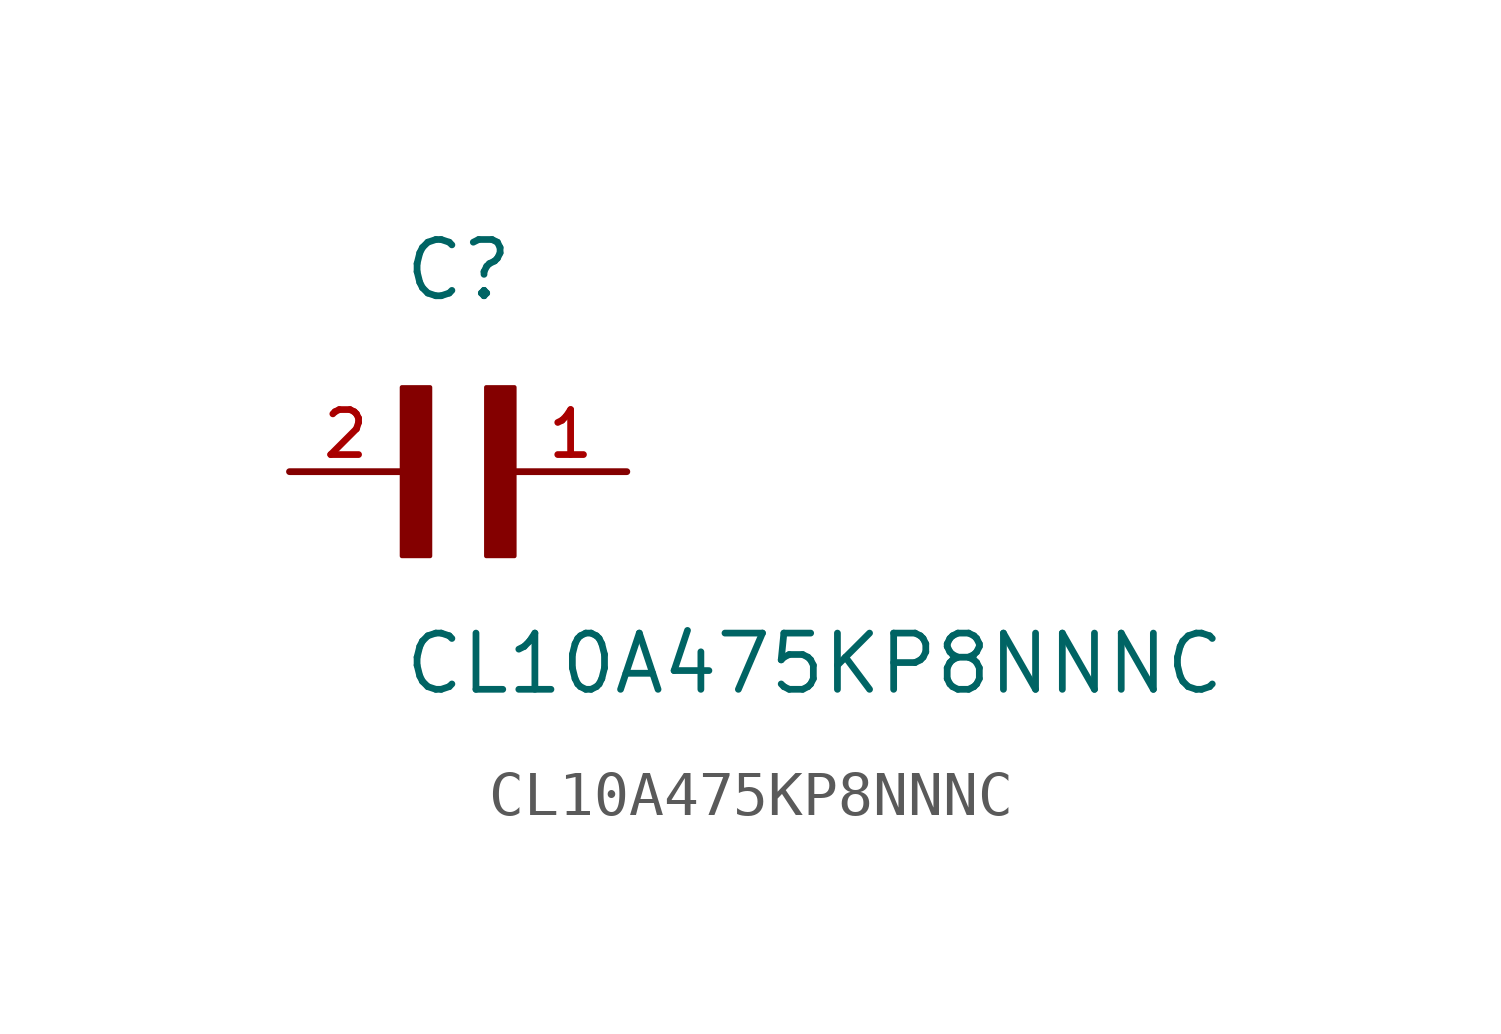
<source format=kicad_sym>
(kicad_symbol_lib
  (version 20211014)
  (generator kicad_symbol_editor)
  (symbol "CL10A475KP8NNNC"
    (pin_names
      (offset 1.016))
    (property "Reference" "C"
      (at 0.0 3.81 0)
      (effects (font (size 1.27 1.27)) (justify bottom left)))
    (property "Value" "CL10A475KP8NNNC"
      (at 0.0 -5.08 0)
      (effects (font (size 1.27 1.27)) (justify bottom left)))
    (symbol "CL10A475KP8NNNC_0_0"
      (rectangle (start 0.0 -1.905) (end 0.635 1.905) (stroke (width 0.1)) (fill (type outline)))
      (rectangle (start 1.905 -1.905) (end 2.54 1.905) (stroke (width 0.1)) (fill (type outline)))
      (pin passive line (at 5.08 0.0 180.0) (length 2.54) (name "~" (effects (font (size 1.016 1.016)))) (number "1" (effects (font (size 1.016 1.016)))))
      (pin passive line (at -2.54 0.0 0) (length 2.54) (name "~" (effects (font (size 1.016 1.016)))) (number "2" (effects (font (size 1.016 1.016))))))))
</source>
